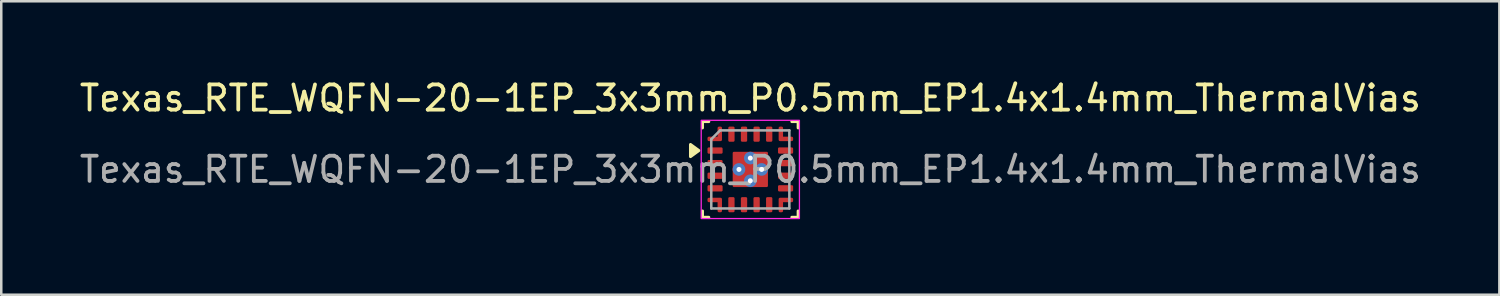
<source format=kicad_pcb>
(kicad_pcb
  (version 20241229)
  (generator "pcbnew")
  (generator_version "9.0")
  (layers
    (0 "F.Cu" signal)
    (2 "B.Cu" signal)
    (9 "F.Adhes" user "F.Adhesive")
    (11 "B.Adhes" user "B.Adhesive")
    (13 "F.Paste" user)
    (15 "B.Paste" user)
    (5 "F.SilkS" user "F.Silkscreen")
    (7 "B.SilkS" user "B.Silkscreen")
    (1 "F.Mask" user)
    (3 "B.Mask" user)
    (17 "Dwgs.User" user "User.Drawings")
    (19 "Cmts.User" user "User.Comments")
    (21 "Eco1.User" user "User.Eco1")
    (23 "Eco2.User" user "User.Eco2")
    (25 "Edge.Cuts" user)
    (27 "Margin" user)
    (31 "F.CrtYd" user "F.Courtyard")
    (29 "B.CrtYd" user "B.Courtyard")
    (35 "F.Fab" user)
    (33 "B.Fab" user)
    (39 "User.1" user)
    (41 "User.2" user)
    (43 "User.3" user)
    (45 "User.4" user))
  (footprint "Texas_RTE_WQFN-20-1EP_3x3mm_P0.5mm_EP1.4x1.4mm_ThermalVias"
    (layer "F.Cu")
    (at 26.744 3.678)
    (property "Reference" "Texas_RTE_WQFN-20-1EP_3x3mm_P0.5mm_EP1.4x1.4mm_ThermalVias" (at 0 -2.83 0) (unlocked yes) (layer "F.SilkS") (effects (font (size 1 1) (thickness 0.15))))
    (attr smd)
    (fp_poly (pts (xy -1.65 1.125) (xy -1.175 1.125) (xy -1.125 1.175) (xy -1.125 1.65) (xy -1.175 1.7) (xy -1.25 1.7) (xy -1.3 1.65) (xy -1.3 1.3) (xy -1.65 1.3) (xy -1.7 1.25) (xy -1.7 1.175)) (stroke (width 0) (type solid)) (fill yes) (layer "F.Mask"))
    (fp_poly (pts (xy 1.65 -1.125) (xy 1.175 -1.125) (xy 1.125 -1.175) (xy 1.125 -1.65) (xy 1.175 -1.7) (xy 1.25 -1.7) (xy 1.3 -1.65) (xy 1.3 -1.3) (xy 1.65 -1.3) (xy 1.7 -1.25) (xy 1.7 -1.175)) (stroke (width 0) (type solid)) (fill yes) (layer "F.Mask"))
    (fp_line (start -1.9 -1.9) (end -1.65 -1.9) (stroke (width 0.12) (type solid)) (layer "F.SilkS"))
    (fp_line (start -1.9 -1.65) (end -1.9 -1.9) (stroke (width 0.12) (type solid)) (layer "F.SilkS"))
    (fp_line (start -1.9 1.9) (end -1.9 1.65) (stroke (width 0.12) (type solid)) (layer "F.SilkS"))
    (fp_line (start -1.9 1.9) (end -1.65 1.9) (stroke (width 0.12) (type solid)) (layer "F.SilkS"))
    (fp_line (start 1.65 -1.9) (end 1.9 -1.9) (stroke (width 0.12) (type solid)) (layer "F.SilkS"))
    (fp_line (start 1.65 1.9) (end 1.9 1.9) (stroke (width 0.12) (type solid)) (layer "F.SilkS"))
    (fp_line (start 1.9 -1.65) (end 1.9 -1.9) (stroke (width 0.12) (type solid)) (layer "F.SilkS"))
    (fp_line (start 1.9 1.9) (end 1.9 1.65) (stroke (width 0.12) (type solid)) (layer "F.SilkS"))
    (fp_poly (pts (xy -2.045 -0.75) (xy -2.375 -0.51) (xy -2.375 -0.99) (xy -2.045 -0.75)) (stroke (width 0.12) (type solid)) (fill yes) (layer "F.SilkS"))
    (fp_poly (pts (xy 0.6 -0.65) (xy 0.65 -0.6) (xy 0.65 0.6) (xy 0.6 0.65) (xy -0.6 0.65) (xy -0.65 0.6) (xy -0.65 -0.6) (xy -0.6 -0.65)) (stroke (width 0) (type solid)) (fill yes) (layer "F.Paste"))
    (fp_poly (pts (xy -1.65 1.125) (xy -1.175 1.125) (xy -1.125 1.175) (xy -1.125 1.65) (xy -1.175 1.7) (xy -1.25 1.7) (xy -1.3 1.65) (xy -1.3 1.3) (xy -1.65 1.3) (xy -1.7 1.25) (xy -1.7 1.175)) (stroke (width 0) (type solid)) (fill yes) (layer "F.Paste"))
    (fp_poly (pts (xy 1.65 -1.125) (xy 1.175 -1.125) (xy 1.125 -1.175) (xy 1.125 -1.65) (xy 1.175 -1.7) (xy 1.25 -1.7) (xy 1.3 -1.65) (xy 1.3 -1.3) (xy 1.65 -1.3) (xy 1.7 -1.25) (xy 1.7 -1.175)) (stroke (width 0) (type solid)) (fill yes) (layer "F.Paste"))
    (fp_rect (start -1.95 -1.95) (end 1.95 1.95) (stroke (width 0.05) (type default)) (fill no) (layer "F.CrtYd"))
    (fp_line (start -1.55 1.55) (end -1.55 -1.2) (stroke (width 0.1) (type default)) (layer "F.Fab"))
    (fp_line (start -1.2 -1.55) (end -1.55 -1.2) (stroke (width 0.1) (type default)) (layer "F.Fab"))
    (fp_line (start 1.55 -1.55) (end -1.2 -1.55) (stroke (width 0.1) (type default)) (layer "F.Fab"))
    (fp_line (start 1.55 1.55) (end -1.55 1.55) (stroke (width 0.1) (type default)) (layer "F.Fab"))
    (fp_line (start 1.55 1.55) (end 1.55 -1.55) (stroke (width 0.1) (type default)) (layer "F.Fab"))
    (fp_text user "${REFERENCE}" (at 0 0 0) (unlocked yes) (layer "F.Fab") (effects (font (size 1 1) (thickness 0.15))))
    (pad "1" smd roundrect (at -1.4 -0.75 90) (size 0.25 0.6) (layers "F.Cu" "F.Mask" "F.Paste") (roundrect_rratio 0.2))
    (pad "2" smd roundrect (at -1.4 -0.25 90) (size 0.25 0.6) (layers "F.Cu" "F.Mask" "F.Paste") (roundrect_rratio 0.2))
    (pad "3" smd roundrect (at -1.4 0.25 90) (size 0.25 0.6) (layers "F.Cu" "F.Mask" "F.Paste") (roundrect_rratio 0.2))
    (pad "4" smd roundrect (at -1.4 0.75 90) (size 0.25 0.6) (layers "F.Cu" "F.Mask" "F.Paste") (roundrect_rratio 0.2))
    (pad "5" smd custom (at -1.233 1.233) (size 0.171 0.171) (layers "F.Cu" "F.Mask" "F.Paste") (options (anchor circle)) (primitives (gr_circle (center 0.058 -0.058) (end 0.108 -0.058) (width 0) (fill yes)) (gr_poly (pts (xy -0.417 -0.108) (xy -0.467 -0.058) (xy -0.467 0.017) (xy -0.417 0.067) (xy -0.067 0.067) (xy -0.067 0.417) (xy -0.017 0.467) (xy 0.058 0.467) (xy 0.108 0.417) (xy 0.108 -0.058) (xy 0.058 -0.108)) (width 0) (fill yes)) (gr_circle (center 0.058 0.417) (end 0.108 0.417) (width 0) (fill yes)) (gr_circle (center -0.017 0.417) (end 0.033 0.417) (width 0) (fill yes)) (gr_circle (center -0.417 0.017) (end -0.367 0.017) (width 0) (fill yes)) (gr_circle (center -0.417 -0.058) (end -0.367 -0.058) (width 0) (fill yes))))
    (pad "6" smd roundrect (at -0.75 1.4) (size 0.25 0.6) (layers "F.Cu" "F.Mask" "F.Paste") (roundrect_rratio 0.2))
    (pad "7" smd roundrect (at -0.25 1.4) (size 0.25 0.6) (layers "F.Cu" "F.Mask" "F.Paste") (roundrect_rratio 0.2))
    (pad "8" smd roundrect (at 0.25 1.4) (size 0.25 0.6) (layers "F.Cu" "F.Mask" "F.Paste") (roundrect_rratio 0.2))
    (pad "9" smd roundrect (at 0.75 1.4) (size 0.25 0.6) (layers "F.Cu" "F.Mask" "F.Paste") (roundrect_rratio 0.2))
    (pad "10" smd custom (at 1.233 1.233) (size 0.171 0.171) (layers "F.Cu" "F.Mask" "F.Paste") (options (anchor circle)) (primitives (gr_circle (center -0.058 -0.058) (end -0.008 -0.058) (width 0) (fill yes)) (gr_poly (pts (xy 0.417 -0.108) (xy 0.467 -0.058) (xy 0.467 0.017) (xy 0.417 0.067) (xy 0.067 0.067) (xy 0.067 0.417) (xy 0.017 0.467) (xy -0.058 0.467) (xy -0.108 0.417) (xy -0.108 -0.058) (xy -0.058 -0.108)) (width 0) (fill yes)) (gr_circle (center -0.058 0.417) (end -0.008 0.417) (width 0) (fill yes)) (gr_circle (center 0.017 0.417) (end 0.067 0.417) (width 0) (fill yes)) (gr_circle (center 0.417 0.017) (end 0.467 0.017) (width 0) (fill yes)) (gr_circle (center 0.417 -0.058) (end 0.467 -0.058) (width 0) (fill yes))))
    (pad "11" smd roundrect (at 1.4 0.75 90) (size 0.25 0.6) (layers "F.Cu" "F.Mask" "F.Paste") (roundrect_rratio 0.2))
    (pad "12" smd roundrect (at 1.4 0.25 90) (size 0.25 0.6) (layers "F.Cu" "F.Mask" "F.Paste") (roundrect_rratio 0.2))
    (pad "13" smd roundrect (at 1.4 -0.25 90) (size 0.25 0.6) (layers "F.Cu" "F.Mask" "F.Paste") (roundrect_rratio 0.2))
    (pad "14" smd roundrect (at 1.4 -0.75 90) (size 0.25 0.6) (layers "F.Cu" "F.Mask" "F.Paste") (roundrect_rratio 0.2))
    (pad "15" smd custom (at 1.233 -1.233) (size 0.171 0.171) (layers "F.Cu" "F.Mask" "F.Paste") (options (anchor circle)) (primitives (gr_circle (center -0.058 0.058) (end -0.008 0.058) (width 0) (fill yes)) (gr_poly (pts (xy 0.417 0.108) (xy 0.467 0.058) (xy 0.467 -0.017) (xy 0.417 -0.067) (xy 0.067 -0.067) (xy 0.067 -0.417) (xy 0.017 -0.467) (xy -0.058 -0.467) (xy -0.108 -0.417) (xy -0.108 0.058) (xy -0.058 0.108)) (width 0) (fill yes)) (gr_circle (center 0.417 -0.017) (end 0.467 -0.017) (width 0) (fill yes)) (gr_circle (center 0.417 0.058) (end 0.467 0.058) (width 0) (fill yes)) (gr_circle (center 0.017 -0.417) (end 0.067 -0.417) (width 0) (fill yes)) (gr_circle (center -0.058 -0.417) (end -0.008 -0.417) (width 0) (fill yes))))
    (pad "16" smd roundrect (at 0.75 -1.4) (size 0.25 0.6) (layers "F.Cu" "F.Mask" "F.Paste") (roundrect_rratio 0.2))
    (pad "17" smd roundrect (at 0.25 -1.4) (size 0.25 0.6) (layers "F.Cu" "F.Mask" "F.Paste") (roundrect_rratio 0.2))
    (pad "18" smd roundrect (at -0.25 -1.4) (size 0.25 0.6) (layers "F.Cu" "F.Mask" "F.Paste") (roundrect_rratio 0.2))
    (pad "19" smd roundrect (at -0.75 -1.4) (size 0.25 0.6) (layers "F.Cu" "F.Mask" "F.Paste") (roundrect_rratio 0.2))
    (pad "20" smd custom (at -1.233 -1.233) (size 0.171 0.171) (layers "F.Cu" "F.Mask" "F.Paste") (options (anchor circle)) (primitives (gr_circle (center 0.058 0.058) (end 0.108 0.058) (width 0) (fill yes)) (gr_poly (pts (xy -0.417 0.108) (xy -0.467 0.058) (xy -0.467 -0.017) (xy -0.417 -0.067) (xy -0.067 -0.067) (xy -0.067 -0.417) (xy -0.017 -0.467) (xy 0.058 -0.467) (xy 0.108 -0.417) (xy 0.108 0.058) (xy 0.058 0.108)) (width 0) (fill yes)) (gr_circle (center -0.017 -0.417) (end 0.033 -0.417) (width 0) (fill yes)) (gr_circle (center 0.058 -0.417) (end 0.108 -0.417) (width 0) (fill yes)) (gr_circle (center -0.417 0.058) (end -0.367 0.058) (width 0) (fill yes)) (gr_circle (center -0.417 -0.017) (end -0.367 -0.017) (width 0) (fill yes))))
    (pad "21" thru_hole circle (at -0.45 0) (size 0.5 0.5) (drill 0.2) (layers "*.Cu" "*.Mask"))
    (pad "21" thru_hole circle (at 0 -0.45) (size 0.5 0.5) (drill 0.2) (layers "*.Cu" "*.Mask"))
    (pad "21" smd roundrect (at 0 0) (size 1.4 1.4) (layers "F.Cu" "F.Mask") (roundrect_rratio 0.036))
    (pad "21" thru_hole circle (at 0 0.45) (size 0.5 0.5) (drill 0.2) (layers "*.Cu" "*.Mask"))
    (pad "21" thru_hole circle (at 0.45 0) (size 0.5 0.5) (drill 0.2) (layers "*.Cu" "*.Mask")))
  (gr_rect
    (start -3 -3)
    (end 56.488 8.653)
    (stroke (width 0.1) (type default))
    (fill no)
    (layer "Edge.Cuts")))
</source>
